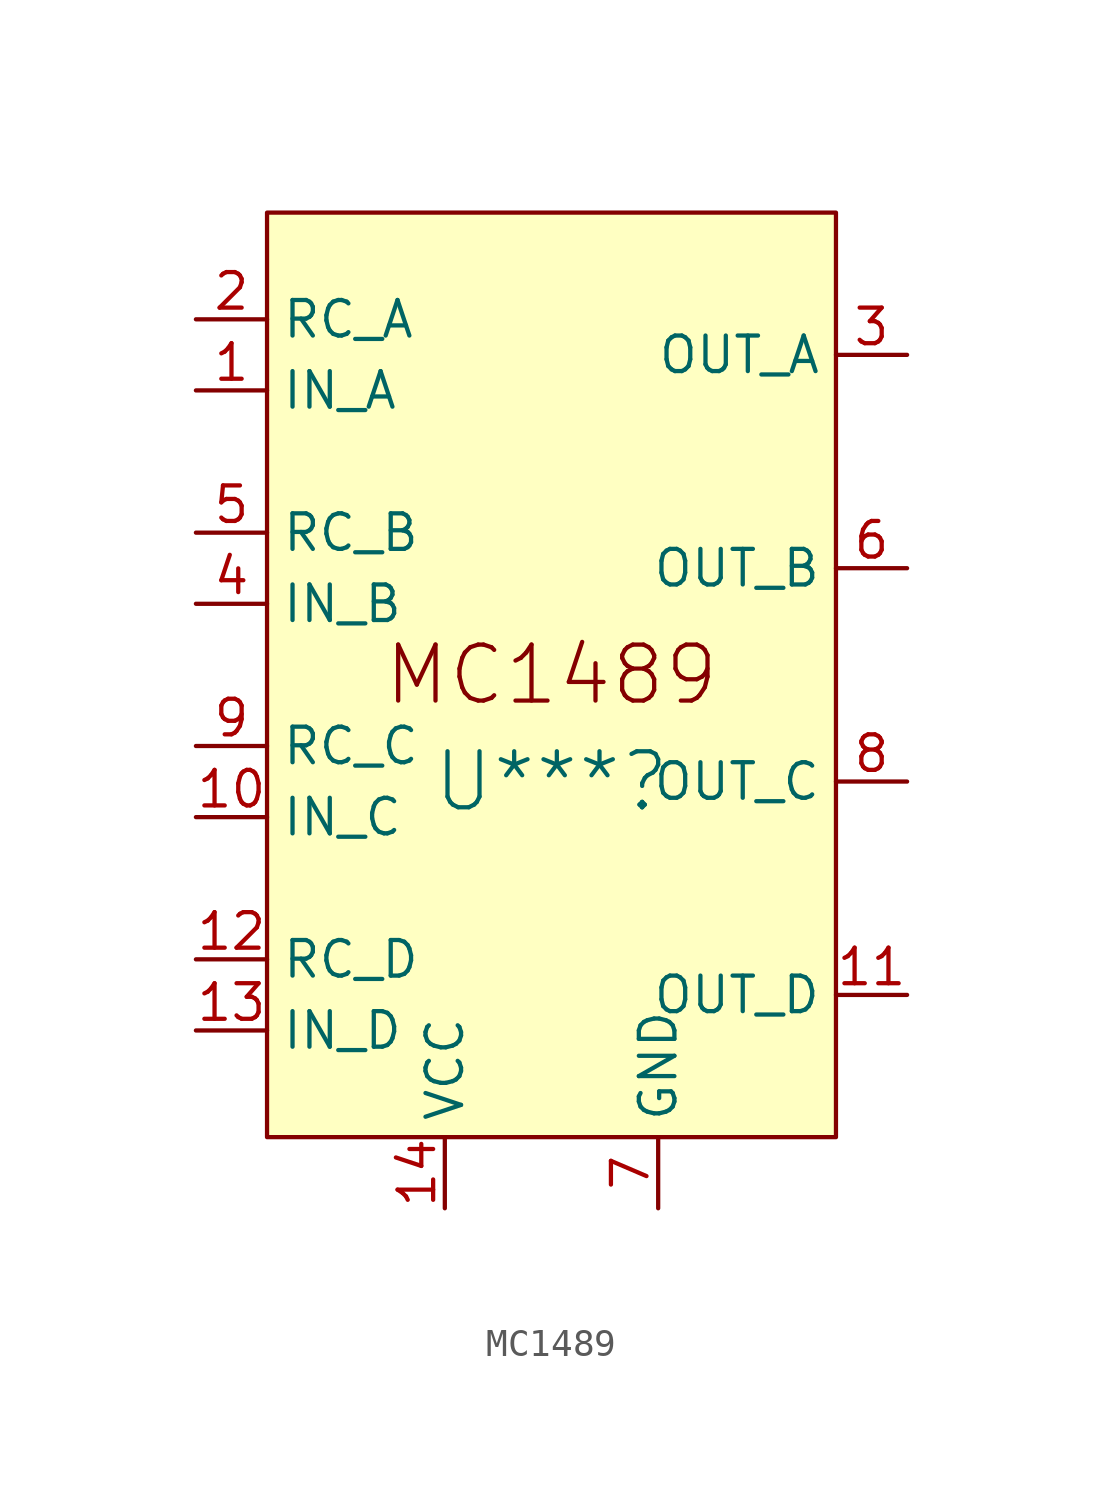
<source format=kicad_sym>
(kicad_symbol_lib
  (version 20231120)
  (generator "kicad_symbol_editor")
  (generator_version "8.0")
  (symbol "MC1489"
    (property "Reference" "U***"
      (at 0 -3.81 0)
      (effects (font (size 2 2))))
    (symbol "MC1489_0_0"
      (pin input line (at -12.7 10.16 0) (length 2.54) (name "IN_A" (effects (font (size 1.27 1.27)))) (number "1" (effects (font (size 1.27 1.27)))))
      (pin input line (at -12.7 -5.08 0) (length 2.54) (name "IN_C" (effects (font (size 1.27 1.27)))) (number "10" (effects (font (size 1.27 1.27)))))
      (pin output line (at 12.7 -11.43 180) (length 2.54) (name "OUT_D" (effects (font (size 1.27 1.27)))) (number "11" (effects (font (size 1.27 1.27)))))
      (pin input line (at -12.7 -10.16 0) (length 2.54) (name "RC_D" (effects (font (size 1.27 1.27)))) (number "12" (effects (font (size 1.27 1.27)))))
      (pin input line (at -12.7 -12.7 0) (length 2.54) (name "IN_D" (effects (font (size 1.27 1.27)))) (number "13" (effects (font (size 1.27 1.27)))))
      (pin power_in line (at -3.81 -19.05 90) (length 2.54) (name "VCC" (effects (font (size 1.27 1.27)))) (number "14" (effects (font (size 1.27 1.27)))))
      (pin input line (at -12.7 12.7 0) (length 2.54) (name "RC_A" (effects (font (size 1.27 1.27)))) (number "2" (effects (font (size 1.27 1.27)))))
      (pin output line (at 12.7 11.43 180) (length 2.54) (name "OUT_A" (effects (font (size 1.27 1.27)))) (number "3" (effects (font (size 1.27 1.27)))))
      (pin input line (at -12.7 2.54 0) (length 2.54) (name "IN_B" (effects (font (size 1.27 1.27)))) (number "4" (effects (font (size 1.27 1.27)))))
      (pin input line (at -12.7 5.08 0) (length 2.54) (name "RC_B" (effects (font (size 1.27 1.27)))) (number "5" (effects (font (size 1.27 1.27)))))
      (pin output line (at 12.7 3.81 180) (length 2.54) (name "OUT_B" (effects (font (size 1.27 1.27)))) (number "6" (effects (font (size 1.27 1.27)))))
      (pin power_in line (at 3.81 -19.05 90) (length 2.54) (name "GND" (effects (font (size 1.27 1.27)))) (number "7" (effects (font (size 1.27 1.27)))))
      (pin output line (at 12.7 -3.81 180) (length 2.54) (name "OUT_C" (effects (font (size 1.27 1.27)))) (number "8" (effects (font (size 1.27 1.27)))))
      (pin input line (at -12.7 -2.54 0) (length 2.54) (name "RC_C" (effects (font (size 1.27 1.27)))) (number "9" (effects (font (size 1.27 1.27))))))
    (symbol "MC1489_1_1"
      (rectangle (start -10.16 16.51) (end 10.16 -16.51) (stroke (width 0) (type default)) (fill (type background)))
      (text "MC1489" (at 0 0 0) (effects (font (size 2 2)))))))
</source>
